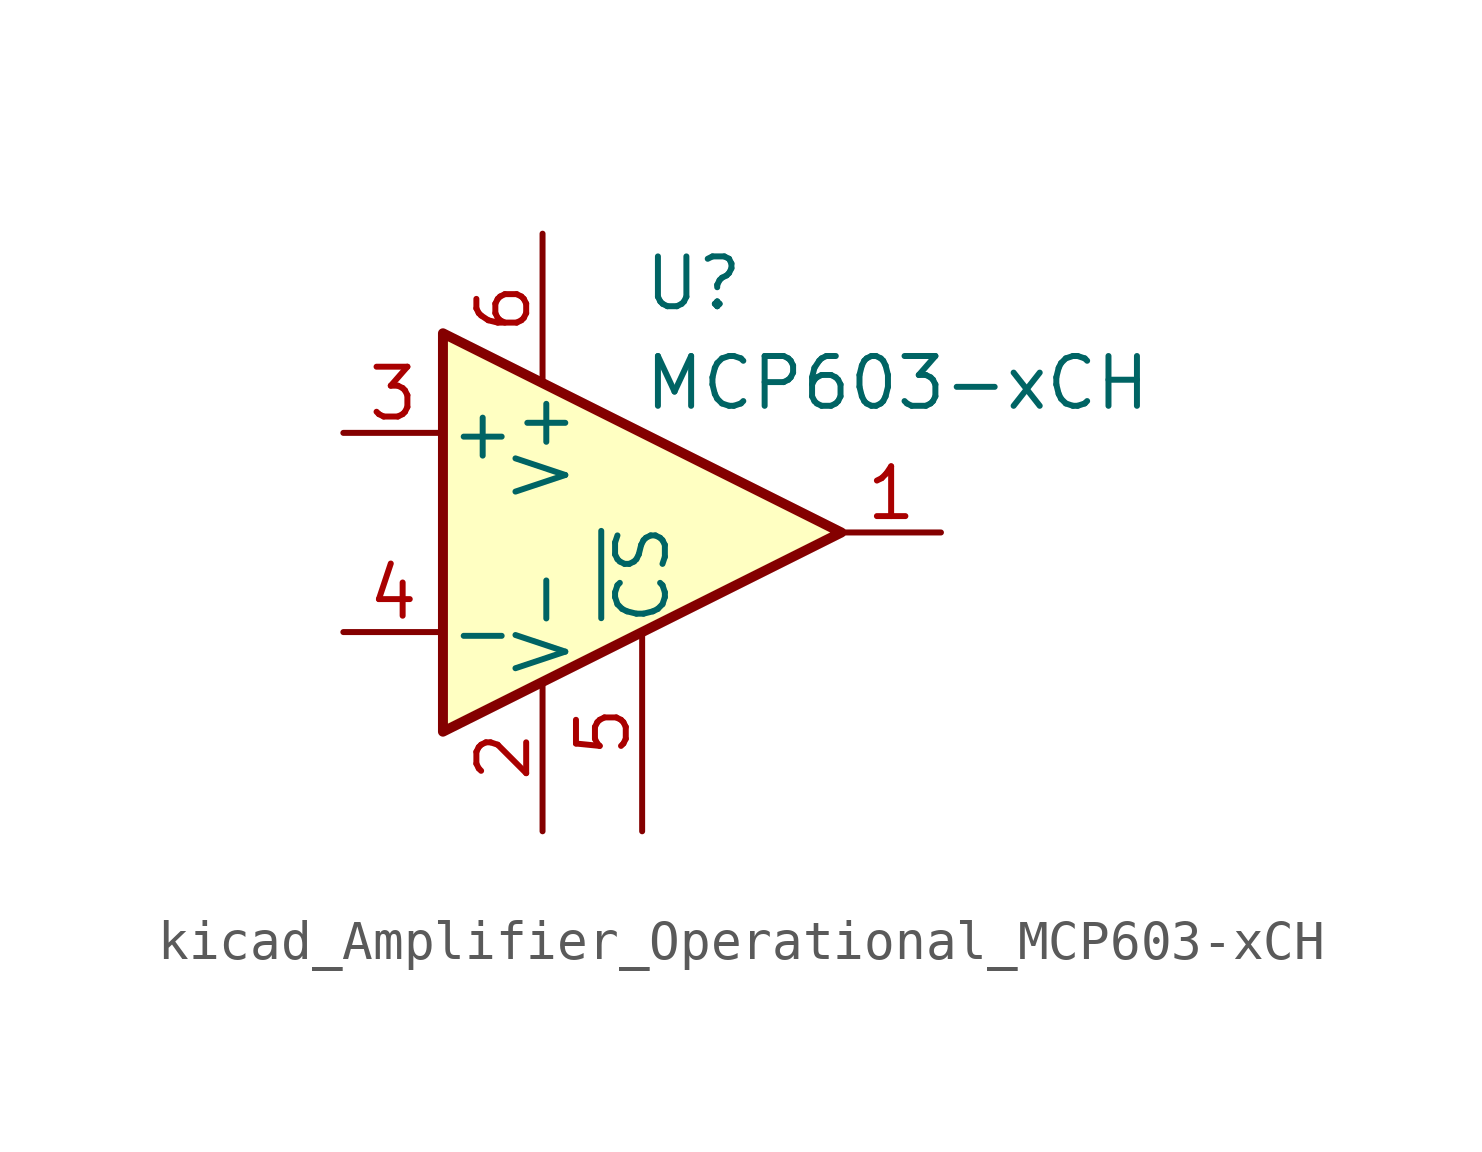
<source format=kicad_sym>
(kicad_symbol_lib
  (version 20220914)
  (generator kicad_symbol_editor)
  (symbol "kicad_Amplifier_Operational_MCP603-xCH"
    (pin_names
      (offset 0.127))
    (property "Reference" "U"
      (at 0 6.35 0)
      (effects (font (size 1.27 1.27)) (justify left)))
    (property "Value" "MCP603-xCH"
      (at 0 3.81 0)
      (effects (font (size 1.27 1.27)) (justify left)))
    (symbol "kicad_Amplifier_Operational_MCP603-xCH_0_1"
      (polyline (pts (xy -5.08 5.08) (xy 5.08 0) (xy -5.08 -5.08) (xy -5.08 5.08)) (stroke (width 0.254) (type default)) (fill (type background))))
    (symbol "kicad_Amplifier_Operational_MCP603-xCH_1_1"
      (pin output line (at 7.62 0 180) (length 2.54) (name "~" (effects (font (size 1.27 1.27)))) (number "1" (effects (font (size 1.27 1.27)))))
      (pin power_in line (at -2.54 -7.62 90) (length 3.81) (name "V-" (effects (font (size 1.27 1.27)))) (number "2" (effects (font (size 1.27 1.27)))))
      (pin input line (at -7.62 2.54 0) (length 2.54) (name "+" (effects (font (size 1.27 1.27)))) (number "3" (effects (font (size 1.27 1.27)))))
      (pin input line (at -7.62 -2.54 0) (length 2.54) (name "-" (effects (font (size 1.27 1.27)))) (number "4" (effects (font (size 1.27 1.27)))))
      (pin input line (at 0 -7.62 90) (length 5.08) (name "~{CS}" (effects (font (size 1.27 1.27)))) (number "5" (effects (font (size 1.27 1.27)))))
      (pin power_in line (at -2.54 7.62 270) (length 3.81) (name "V+" (effects (font (size 1.27 1.27)))) (number "6" (effects (font (size 1.27 1.27))))))))
</source>
